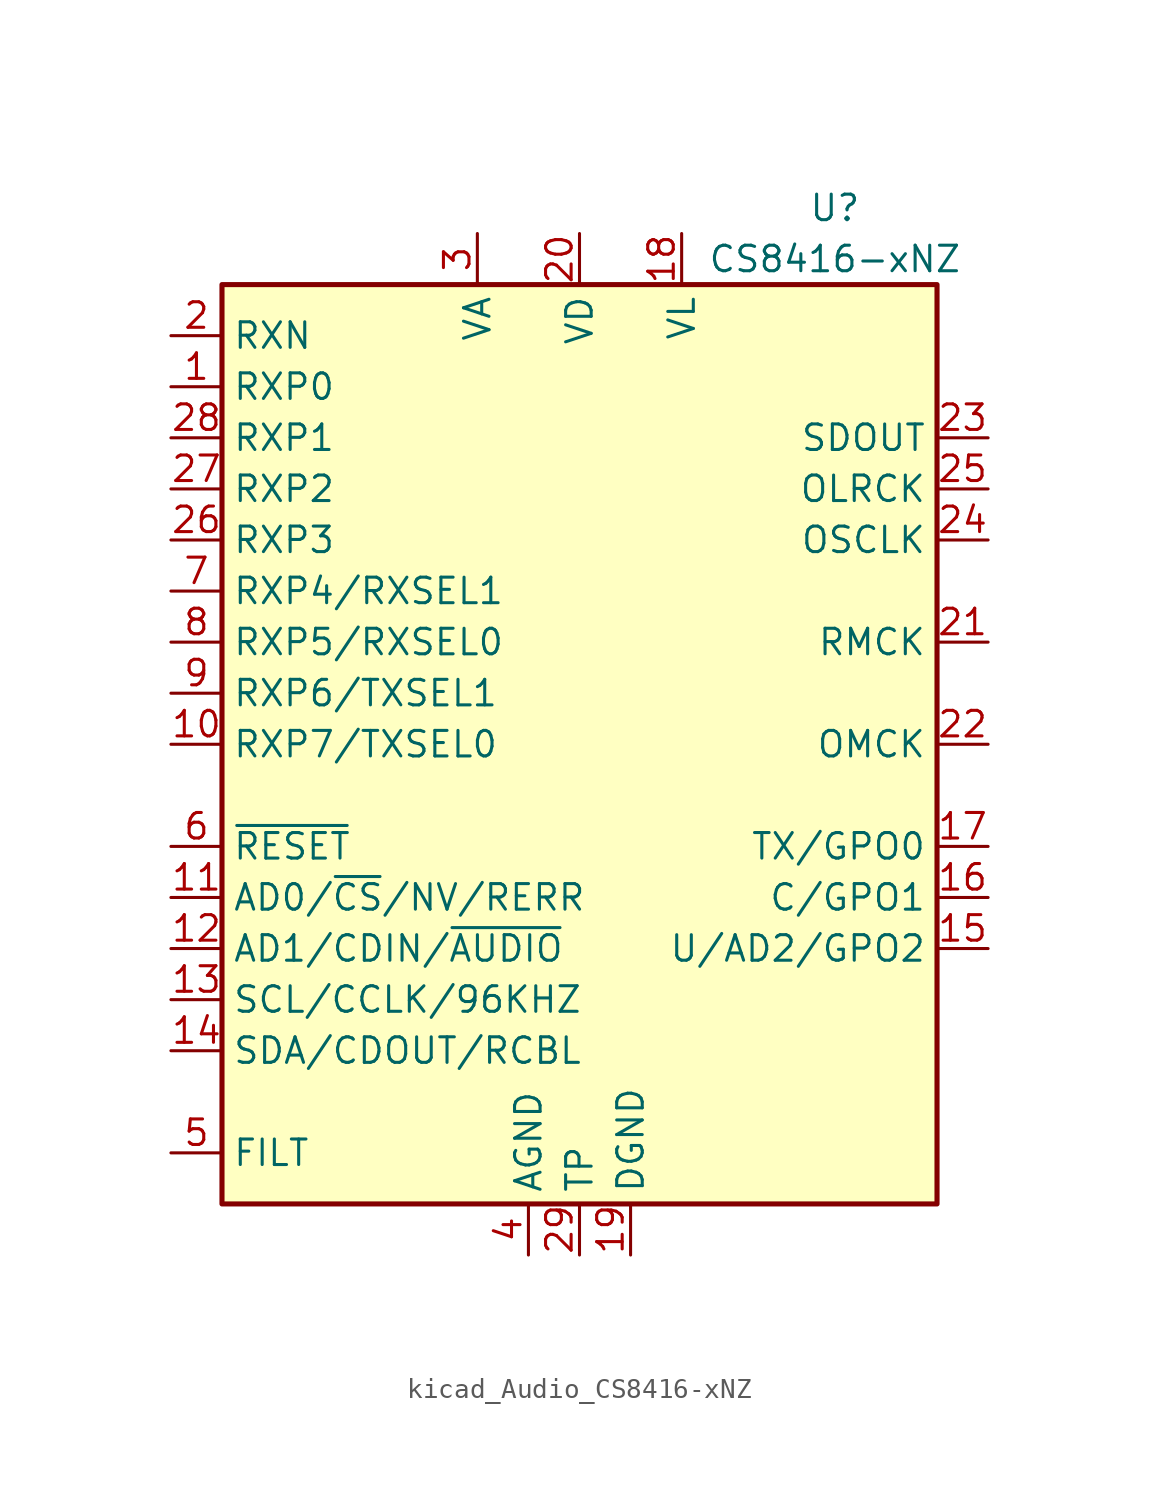
<source format=kicad_sym>
(kicad_symbol_lib
  (version 20220914)
  (generator kicad_symbol_editor)
  (symbol "kicad_Audio_CS8416-xNZ"
    (property "Reference" "U"
      (at 12.7 26.67 0)
      (effects (font (size 1.27 1.27))))
    (property "Value" "CS8416-xNZ"
      (at 12.7 24.13 0)
      (effects (font (size 1.27 1.27))))
    (symbol "kicad_Audio_CS8416-xNZ_0_1"
      (rectangle (start -17.78 22.86) (end 17.78 -22.86) (stroke (width 0.254) (type default)) (fill (type background))))
    (symbol "kicad_Audio_CS8416-xNZ_1_1"
      (pin input line (at -20.32 17.78 0) (length 2.54) (name "RXP0" (effects (font (size 1.27 1.27)))) (number "1" (effects (font (size 1.27 1.27)))))
      (pin input line (at -20.32 0 0) (length 2.54) (name "RXP7/TXSEL0" (effects (font (size 1.27 1.27)))) (number "10" (effects (font (size 1.27 1.27)))))
      (pin input line (at -20.32 -7.62 0) (length 2.54) (name "AD0/~{CS}/NV/RERR" (effects (font (size 1.27 1.27)))) (number "11" (effects (font (size 1.27 1.27)))))
      (pin input line (at -20.32 -10.16 0) (length 2.54) (name "AD1/CDIN/~{AUDIO}" (effects (font (size 1.27 1.27)))) (number "12" (effects (font (size 1.27 1.27)))))
      (pin input line (at -20.32 -12.7 0) (length 2.54) (name "SCL/CCLK/96KHZ" (effects (font (size 1.27 1.27)))) (number "13" (effects (font (size 1.27 1.27)))))
      (pin bidirectional line (at -20.32 -15.24 0) (length 2.54) (name "SDA/CDOUT/RCBL" (effects (font (size 1.27 1.27)))) (number "14" (effects (font (size 1.27 1.27)))))
      (pin output line (at 20.32 -10.16 180) (length 2.54) (name "U/AD2/GPO2" (effects (font (size 1.27 1.27)))) (number "15" (effects (font (size 1.27 1.27)))))
      (pin output line (at 20.32 -7.62 180) (length 2.54) (name "C/GPO1" (effects (font (size 1.27 1.27)))) (number "16" (effects (font (size 1.27 1.27)))))
      (pin output line (at 20.32 -5.08 180) (length 2.54) (name "TX/GPO0" (effects (font (size 1.27 1.27)))) (number "17" (effects (font (size 1.27 1.27)))))
      (pin power_in line (at 5.08 25.4 270) (length 2.54) (name "VL" (effects (font (size 1.27 1.27)))) (number "18" (effects (font (size 1.27 1.27)))))
      (pin power_in line (at 2.54 -25.4 90) (length 2.54) (name "DGND" (effects (font (size 1.27 1.27)))) (number "19" (effects (font (size 1.27 1.27)))))
      (pin input line (at -20.32 20.32 0) (length 2.54) (name "RXN" (effects (font (size 1.27 1.27)))) (number "2" (effects (font (size 1.27 1.27)))))
      (pin power_in line (at 0 25.4 270) (length 2.54) (name "VD" (effects (font (size 1.27 1.27)))) (number "20" (effects (font (size 1.27 1.27)))))
      (pin output line (at 20.32 5.08 180) (length 2.54) (name "RMCK" (effects (font (size 1.27 1.27)))) (number "21" (effects (font (size 1.27 1.27)))))
      (pin input line (at 20.32 0 180) (length 2.54) (name "OMCK" (effects (font (size 1.27 1.27)))) (number "22" (effects (font (size 1.27 1.27)))))
      (pin output line (at 20.32 15.24 180) (length 2.54) (name "SDOUT" (effects (font (size 1.27 1.27)))) (number "23" (effects (font (size 1.27 1.27)))))
      (pin bidirectional line (at 20.32 10.16 180) (length 2.54) (name "OSCLK" (effects (font (size 1.27 1.27)))) (number "24" (effects (font (size 1.27 1.27)))))
      (pin bidirectional line (at 20.32 12.7 180) (length 2.54) (name "OLRCK" (effects (font (size 1.27 1.27)))) (number "25" (effects (font (size 1.27 1.27)))))
      (pin input line (at -20.32 10.16 0) (length 2.54) (name "RXP3" (effects (font (size 1.27 1.27)))) (number "26" (effects (font (size 1.27 1.27)))))
      (pin input line (at -20.32 12.7 0) (length 2.54) (name "RXP2" (effects (font (size 1.27 1.27)))) (number "27" (effects (font (size 1.27 1.27)))))
      (pin input line (at -20.32 15.24 0) (length 2.54) (name "RXP1" (effects (font (size 1.27 1.27)))) (number "28" (effects (font (size 1.27 1.27)))))
      (pin power_in line (at 0 -25.4 90) (length 2.54) (name "TP" (effects (font (size 1.27 1.27)))) (number "29" (effects (font (size 1.27 1.27)))))
      (pin power_in line (at -5.08 25.4 270) (length 2.54) (name "VA" (effects (font (size 1.27 1.27)))) (number "3" (effects (font (size 1.27 1.27)))))
      (pin power_in line (at -2.54 -25.4 90) (length 2.54) (name "AGND" (effects (font (size 1.27 1.27)))) (number "4" (effects (font (size 1.27 1.27)))))
      (pin passive line (at -20.32 -20.32 0) (length 2.54) (name "FILT" (effects (font (size 1.27 1.27)))) (number "5" (effects (font (size 1.27 1.27)))))
      (pin input line (at -20.32 -5.08 0) (length 2.54) (name "~{RESET}" (effects (font (size 1.27 1.27)))) (number "6" (effects (font (size 1.27 1.27)))))
      (pin input line (at -20.32 7.62 0) (length 2.54) (name "RXP4/RXSEL1" (effects (font (size 1.27 1.27)))) (number "7" (effects (font (size 1.27 1.27)))))
      (pin input line (at -20.32 5.08 0) (length 2.54) (name "RXP5/RXSEL0" (effects (font (size 1.27 1.27)))) (number "8" (effects (font (size 1.27 1.27)))))
      (pin input line (at -20.32 2.54 0) (length 2.54) (name "RXP6/TXSEL1" (effects (font (size 1.27 1.27)))) (number "9" (effects (font (size 1.27 1.27))))))))
</source>
